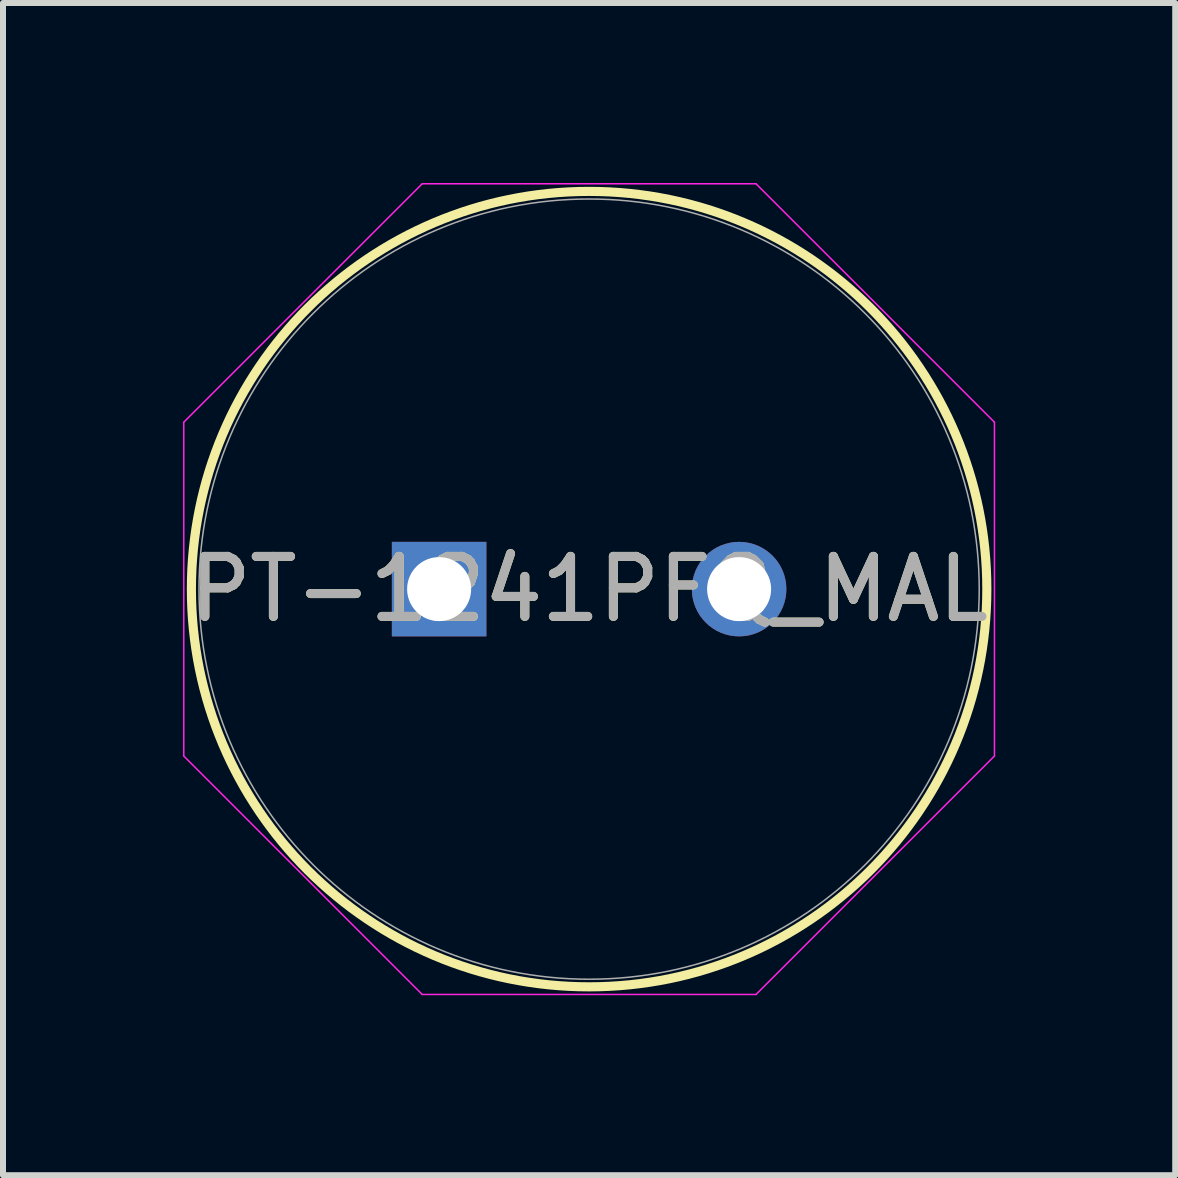
<source format=kicad_pcb>
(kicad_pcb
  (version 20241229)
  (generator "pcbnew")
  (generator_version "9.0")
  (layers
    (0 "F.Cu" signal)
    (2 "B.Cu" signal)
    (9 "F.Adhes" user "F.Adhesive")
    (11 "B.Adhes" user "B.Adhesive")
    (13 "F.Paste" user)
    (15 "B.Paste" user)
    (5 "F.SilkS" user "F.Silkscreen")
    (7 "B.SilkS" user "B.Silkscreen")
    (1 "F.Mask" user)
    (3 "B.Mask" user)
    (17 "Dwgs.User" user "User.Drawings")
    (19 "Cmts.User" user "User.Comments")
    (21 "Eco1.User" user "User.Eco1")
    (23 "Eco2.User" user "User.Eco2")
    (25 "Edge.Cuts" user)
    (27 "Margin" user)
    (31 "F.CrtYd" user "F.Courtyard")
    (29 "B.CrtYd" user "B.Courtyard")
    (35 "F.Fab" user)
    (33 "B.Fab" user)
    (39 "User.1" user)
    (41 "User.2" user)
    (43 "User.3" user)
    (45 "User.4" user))
  (footprint "PT-1241PFQ_MAL"
    (layer "F.Cu")
    (at 4.269 6.769)
    (property "Reference" "PT-1241PFQ_MAL" (at 2.5 0 0) (unlocked yes) (layer "F.SilkS") (effects (font (size 1 1) (thickness 0.15))))
    (attr through_hole)
    (fp_circle (center 2.5 0) (end 9.129 0) (stroke (width 0.152) (type solid)) (fill no) (layer "F.SilkS"))
    (fp_line (start -4.256 -2.782) (end -0.282 -6.756) (stroke (width 0.025) (type solid)) (layer "F.CrtYd"))
    (fp_line (start -4.256 2.782) (end -4.256 -2.782) (stroke (width 0.025) (type solid)) (layer "F.CrtYd"))
    (fp_line (start -0.282 -6.756) (end 5.282 -6.756) (stroke (width 0.025) (type solid)) (layer "F.CrtYd"))
    (fp_line (start -0.282 6.756) (end -4.256 2.782) (stroke (width 0.025) (type solid)) (layer "F.CrtYd"))
    (fp_line (start 5.282 -6.756) (end 9.256 -2.782) (stroke (width 0.025) (type solid)) (layer "F.CrtYd"))
    (fp_line (start 5.282 6.756) (end -0.282 6.756) (stroke (width 0.025) (type solid)) (layer "F.CrtYd"))
    (fp_line (start 9.256 -2.782) (end 9.256 2.782) (stroke (width 0.025) (type solid)) (layer "F.CrtYd"))
    (fp_line (start 9.256 2.782) (end 5.282 6.756) (stroke (width 0.025) (type solid)) (layer "F.CrtYd"))
    (fp_circle (center 2.5 0) (end 9.002 0) (stroke (width 0.025) (type solid)) (fill no) (layer "F.Fab"))
    (fp_text user "${REFERENCE}" (at 2.5 0 0) (unlocked yes) (layer "F.Fab") (effects (font (size 1 1) (thickness 0.15))))
    (pad "1" thru_hole rect (at 0 0) (size 1.575 1.575) (drill 1.067) (layers "*.Cu" "*.Mask"))
    (pad "2" thru_hole circle (at 5 0) (size 1.575 1.575) (drill 1.067) (layers "*.Cu" "*.Mask")))
  (gr_rect
    (start -3 -3)
    (end 16.538 16.538)
    (stroke (width 0.1) (type default))
    (fill no)
    (layer "Edge.Cuts")))
</source>
